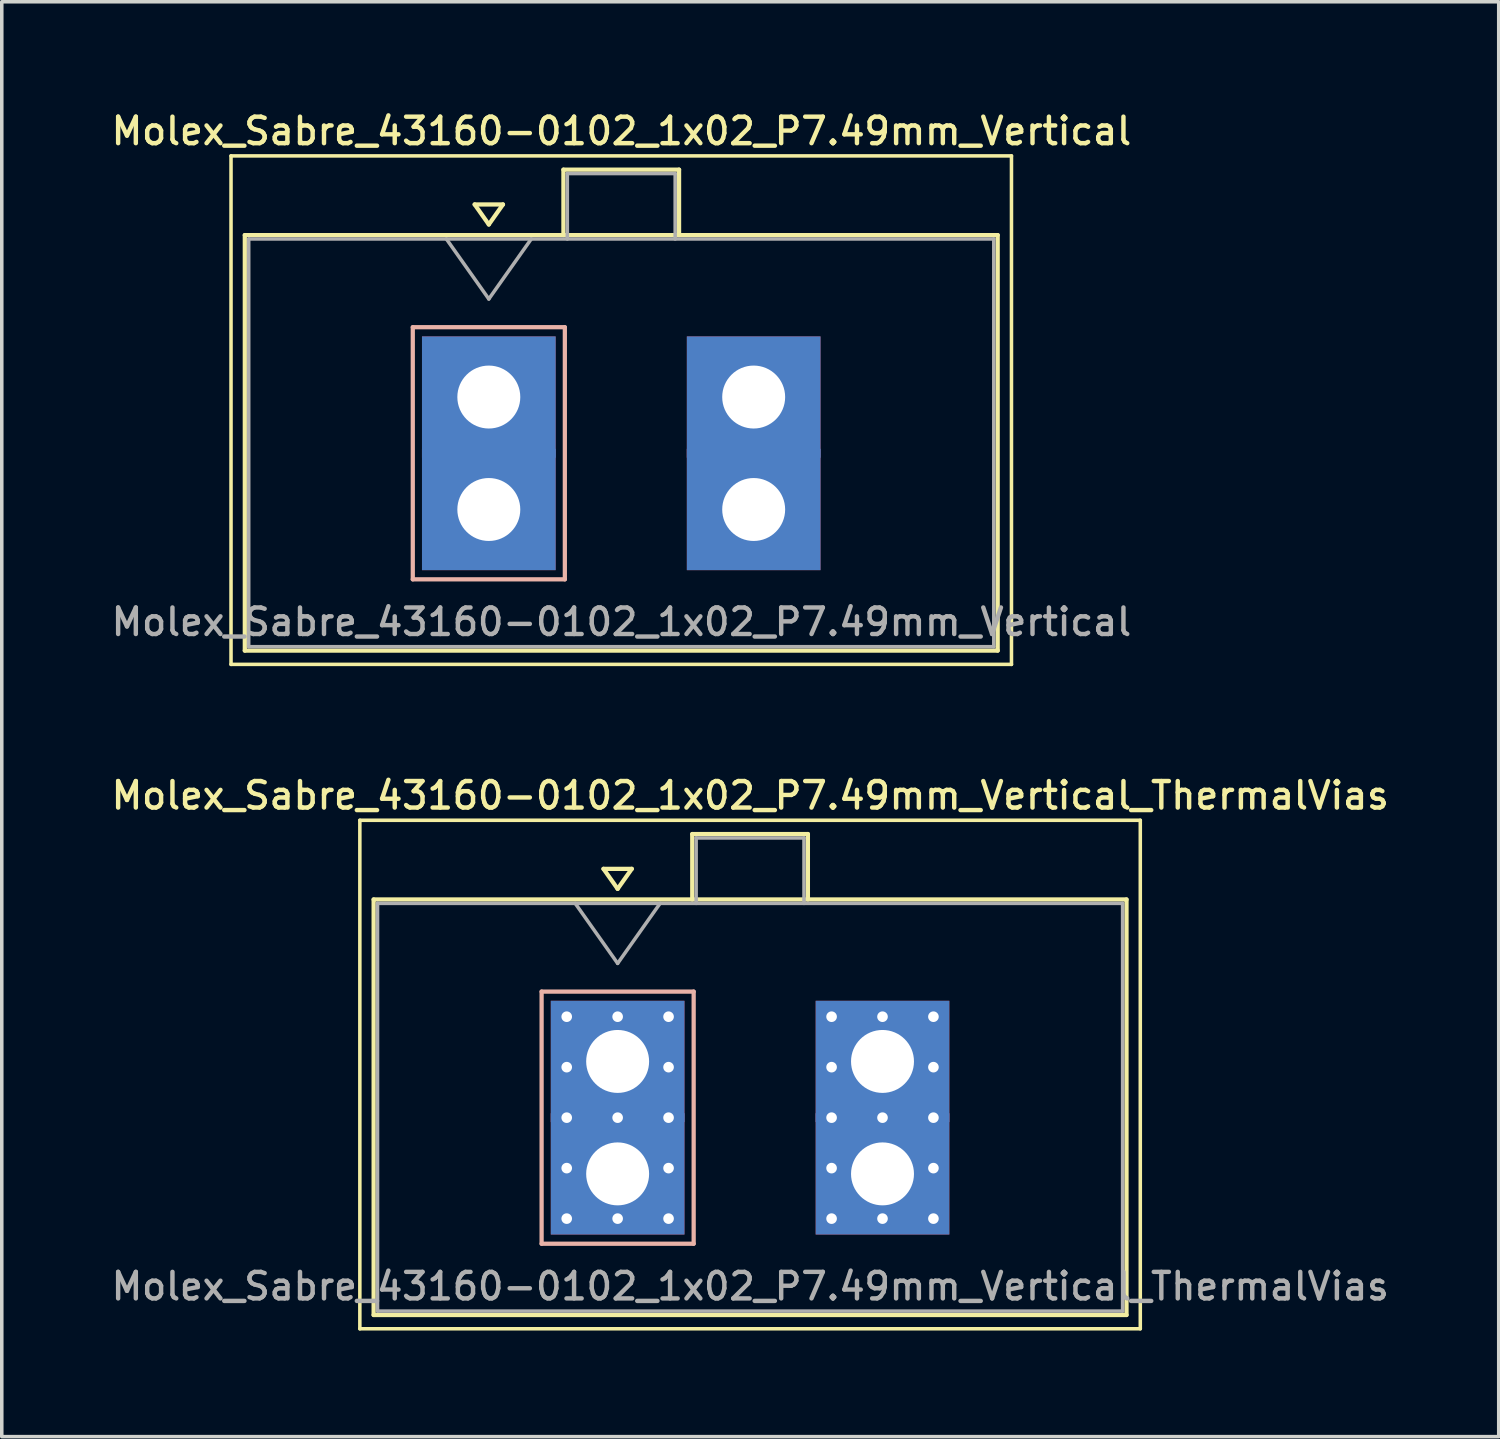
<source format=kicad_pcb>
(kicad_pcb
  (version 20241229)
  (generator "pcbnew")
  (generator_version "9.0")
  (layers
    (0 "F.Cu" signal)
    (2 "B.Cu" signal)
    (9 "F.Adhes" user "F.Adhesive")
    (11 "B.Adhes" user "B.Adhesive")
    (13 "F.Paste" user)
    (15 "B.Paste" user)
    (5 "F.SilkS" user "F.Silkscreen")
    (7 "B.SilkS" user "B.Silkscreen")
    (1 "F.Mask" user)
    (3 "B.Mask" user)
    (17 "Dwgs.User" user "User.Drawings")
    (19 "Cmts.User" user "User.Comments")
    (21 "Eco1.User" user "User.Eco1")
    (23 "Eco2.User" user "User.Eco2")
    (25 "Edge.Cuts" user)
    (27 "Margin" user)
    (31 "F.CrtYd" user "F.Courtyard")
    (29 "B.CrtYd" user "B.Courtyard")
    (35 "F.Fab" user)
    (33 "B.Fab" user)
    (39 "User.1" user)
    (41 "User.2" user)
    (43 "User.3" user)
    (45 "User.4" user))
  (footprint "Molex_Sabre_43160-0102_1x02_P7.49mm_Vertical_ThermalVias"
    (layer "F.Cu")
    (at 14.416 30.146)
    (property "Reference" "Molex_Sabre_43160-0102_1x02_P7.49mm_Vertical_ThermalVias" (at 3.75 -10.7 0) (layer "F.SilkS") (effects (font (size 0.75 0.75) (thickness 0.125))))
    (attr through_hole)
    (fp_line (start -7.29 -10) (end -7.29 4.38) (stroke (width 0.1) (type solid)) (layer "F.SilkS"))
    (fp_line (start -7.29 4.38) (end 14.78 4.38) (stroke (width 0.1) (type solid)) (layer "F.SilkS"))
    (fp_line (start -6.9 -7.76) (end -6.9 3.99) (stroke (width 0.12) (type solid)) (layer "F.SilkS"))
    (fp_line (start -6.9 3.99) (end 14.39 3.99) (stroke (width 0.12) (type solid)) (layer "F.SilkS"))
    (fp_line (start -0.4 -8.626) (end 0 -8.06) (stroke (width 0.12) (type solid)) (layer "F.SilkS"))
    (fp_line (start 0 -8.06) (end 0.4 -8.626) (stroke (width 0.12) (type solid)) (layer "F.SilkS"))
    (fp_line (start 0.4 -8.626) (end -0.4 -8.626) (stroke (width 0.12) (type solid)) (layer "F.SilkS"))
    (fp_line (start 2.11 -9.61) (end 5.38 -9.61) (stroke (width 0.12) (type solid)) (layer "F.SilkS"))
    (fp_line (start 2.11 -7.76) (end 2.11 -9.61) (stroke (width 0.12) (type solid)) (layer "F.SilkS"))
    (fp_line (start 5.38 -9.61) (end 5.38 -7.76) (stroke (width 0.12) (type solid)) (layer "F.SilkS"))
    (fp_line (start 14.39 -7.76) (end -6.9 -7.76) (stroke (width 0.12) (type solid)) (layer "F.SilkS"))
    (fp_line (start 14.39 3.99) (end 14.39 -7.76) (stroke (width 0.12) (type solid)) (layer "F.SilkS"))
    (fp_line (start 14.78 -10) (end -7.29 -10) (stroke (width 0.1) (type solid)) (layer "F.SilkS"))
    (fp_line (start 14.78 4.38) (end 14.78 -10) (stroke (width 0.1) (type solid)) (layer "F.SilkS"))
    (fp_line (start -2.15 -5.155) (end -2.15 1.975) (stroke (width 0.12) (type solid)) (layer "B.SilkS"))
    (fp_line (start -2.15 1.975) (end 2.15 1.975) (stroke (width 0.12) (type solid)) (layer "B.SilkS"))
    (fp_line (start 2.15 -5.155) (end -2.15 -5.155) (stroke (width 0.12) (type solid)) (layer "B.SilkS"))
    (fp_line (start 2.15 1.975) (end 2.15 -5.155) (stroke (width 0.12) (type solid)) (layer "B.SilkS"))
    (fp_line (start -6.79 -7.65) (end -6.79 3.88) (stroke (width 0.1) (type solid)) (layer "F.Fab"))
    (fp_line (start -6.79 3.88) (end 14.28 3.88) (stroke (width 0.1) (type solid)) (layer "F.Fab"))
    (fp_line (start -1.2 -7.65) (end 0 -5.953) (stroke (width 0.1) (type solid)) (layer "F.Fab"))
    (fp_line (start 0 -5.953) (end 1.2 -7.65) (stroke (width 0.1) (type solid)) (layer "F.Fab"))
    (fp_line (start 2.22 -9.5) (end 5.27 -9.5) (stroke (width 0.1) (type solid)) (layer "F.Fab"))
    (fp_line (start 2.22 -7.65) (end 2.22 -9.5) (stroke (width 0.1) (type solid)) (layer "F.Fab"))
    (fp_line (start 5.27 -9.5) (end 5.27 -7.65) (stroke (width 0.1) (type solid)) (layer "F.Fab"))
    (fp_line (start 14.28 -7.65) (end -6.79 -7.65) (stroke (width 0.1) (type solid)) (layer "F.Fab"))
    (fp_line (start 14.28 3.88) (end 14.28 -7.65) (stroke (width 0.1) (type solid)) (layer "F.Fab"))
    (fp_text user "${REFERENCE}" (at 3.75 3.18 0) (layer "F.Fab") (effects (font (size 0.75 0.75) (thickness 0.125))))
    (pad "1" thru_hole rect (at -1.44 -4.445) (size 0.6 0.6) (drill 0.3) (layers "*.Cu" "*.Mask"))
    (pad "1" thru_hole rect (at -1.44 -3.018) (size 0.6 0.6) (drill 0.3) (layers "*.Cu" "*.Mask"))
    (pad "1" thru_hole rect (at -1.44 -1.59) (size 0.6 0.6) (drill 0.3) (layers "*.Cu" "*.Mask"))
    (pad "1" thru_hole rect (at -1.44 -0.163) (size 0.6 0.6) (drill 0.3) (layers "*.Cu" "*.Mask"))
    (pad "1" thru_hole rect (at -1.44 1.265) (size 0.6 0.6) (drill 0.3) (layers "*.Cu" "*.Mask"))
    (pad "1" thru_hole rect (at 0 -4.445) (size 0.6 0.6) (drill 0.3) (layers "*.Cu" "*.Mask"))
    (pad "1" thru_hole rect (at 0 -3.18) (size 3.78 3.43) (drill 1.78) (layers "*.Cu" "*.Mask"))
    (pad "1" thru_hole rect (at 0 -1.59) (size 0.6 0.6) (drill 0.3) (layers "*.Cu" "*.Mask"))
    (pad "1" thru_hole rect (at 0 0) (size 3.78 3.43) (drill 1.78) (layers "*.Cu" "*.Mask"))
    (pad "1" thru_hole rect (at 0 1.265) (size 0.6 0.6) (drill 0.3) (layers "*.Cu" "*.Mask"))
    (pad "1" thru_hole rect (at 1.44 -4.445) (size 0.6 0.6) (drill 0.3) (layers "*.Cu" "*.Mask"))
    (pad "1" thru_hole rect (at 1.44 -3.018) (size 0.6 0.6) (drill 0.3) (layers "*.Cu" "*.Mask"))
    (pad "1" thru_hole rect (at 1.44 -1.59) (size 0.6 0.6) (drill 0.3) (layers "*.Cu" "*.Mask"))
    (pad "1" thru_hole rect (at 1.44 -0.163) (size 0.6 0.6) (drill 0.3) (layers "*.Cu" "*.Mask"))
    (pad "1" thru_hole rect (at 1.44 1.265) (size 0.6 0.6) (drill 0.3) (layers "*.Cu" "*.Mask"))
    (pad "2" thru_hole circle (at 6.05 -4.445) (size 0.6 0.6) (drill 0.3) (layers "*.Cu" "*.Mask"))
    (pad "2" thru_hole circle (at 6.05 -3.018) (size 0.6 0.6) (drill 0.3) (layers "*.Cu" "*.Mask"))
    (pad "2" thru_hole circle (at 6.05 -1.59) (size 0.6 0.6) (drill 0.3) (layers "*.Cu" "*.Mask"))
    (pad "2" thru_hole circle (at 6.05 -0.163) (size 0.6 0.6) (drill 0.3) (layers "*.Cu" "*.Mask"))
    (pad "2" thru_hole circle (at 6.05 1.265) (size 0.6 0.6) (drill 0.3) (layers "*.Cu" "*.Mask"))
    (pad "2" thru_hole circle (at 7.49 -4.445) (size 0.6 0.6) (drill 0.3) (layers "*.Cu" "*.Mask"))
    (pad "2" thru_hole rect (at 7.49 -3.18) (size 3.78 3.43) (drill 1.78) (layers "*.Cu" "*.Mask"))
    (pad "2" thru_hole circle (at 7.49 -1.59) (size 0.6 0.6) (drill 0.3) (layers "*.Cu" "*.Mask"))
    (pad "2" thru_hole rect (at 7.49 0) (size 3.78 3.43) (drill 1.78) (layers "*.Cu" "*.Mask"))
    (pad "2" thru_hole circle (at 7.49 1.265) (size 0.6 0.6) (drill 0.3) (layers "*.Cu" "*.Mask"))
    (pad "2" thru_hole circle (at 8.93 -4.445) (size 0.6 0.6) (drill 0.3) (layers "*.Cu" "*.Mask"))
    (pad "2" thru_hole circle (at 8.93 -3.018) (size 0.6 0.6) (drill 0.3) (layers "*.Cu" "*.Mask"))
    (pad "2" thru_hole circle (at 8.93 -1.59) (size 0.6 0.6) (drill 0.3) (layers "*.Cu" "*.Mask"))
    (pad "2" thru_hole circle (at 8.93 -0.163) (size 0.6 0.6) (drill 0.3) (layers "*.Cu" "*.Mask"))
    (pad "2" thru_hole circle (at 8.93 1.265) (size 0.6 0.6) (drill 0.3) (layers "*.Cu" "*.Mask")))
  (footprint "Molex_Sabre_43160-0102_1x02_P7.49mm_Vertical"
    (layer "F.Cu")
    (at 10.773 11.358)
    (property "Reference" "Molex_Sabre_43160-0102_1x02_P7.49mm_Vertical" (at 3.75 -10.7 0) (layer "F.SilkS") (effects (font (size 0.75 0.75) (thickness 0.125))))
    (attr through_hole)
    (fp_line (start -7.29 -10) (end -7.29 4.38) (stroke (width 0.1) (type solid)) (layer "F.SilkS"))
    (fp_line (start -7.29 4.38) (end 14.78 4.38) (stroke (width 0.1) (type solid)) (layer "F.SilkS"))
    (fp_line (start -6.9 -7.76) (end -6.9 3.99) (stroke (width 0.12) (type solid)) (layer "F.SilkS"))
    (fp_line (start -6.9 3.99) (end 14.39 3.99) (stroke (width 0.12) (type solid)) (layer "F.SilkS"))
    (fp_line (start -0.4 -8.626) (end 0 -8.06) (stroke (width 0.12) (type solid)) (layer "F.SilkS"))
    (fp_line (start 0 -8.06) (end 0.4 -8.626) (stroke (width 0.12) (type solid)) (layer "F.SilkS"))
    (fp_line (start 0.4 -8.626) (end -0.4 -8.626) (stroke (width 0.12) (type solid)) (layer "F.SilkS"))
    (fp_line (start 2.11 -9.61) (end 5.38 -9.61) (stroke (width 0.12) (type solid)) (layer "F.SilkS"))
    (fp_line (start 2.11 -7.76) (end 2.11 -9.61) (stroke (width 0.12) (type solid)) (layer "F.SilkS"))
    (fp_line (start 5.38 -9.61) (end 5.38 -7.76) (stroke (width 0.12) (type solid)) (layer "F.SilkS"))
    (fp_line (start 14.39 -7.76) (end -6.9 -7.76) (stroke (width 0.12) (type solid)) (layer "F.SilkS"))
    (fp_line (start 14.39 3.99) (end 14.39 -7.76) (stroke (width 0.12) (type solid)) (layer "F.SilkS"))
    (fp_line (start 14.78 -10) (end -7.29 -10) (stroke (width 0.1) (type solid)) (layer "F.SilkS"))
    (fp_line (start 14.78 4.38) (end 14.78 -10) (stroke (width 0.1) (type solid)) (layer "F.SilkS"))
    (fp_line (start -2.15 -5.155) (end -2.15 1.975) (stroke (width 0.12) (type solid)) (layer "B.SilkS"))
    (fp_line (start -2.15 1.975) (end 2.15 1.975) (stroke (width 0.12) (type solid)) (layer "B.SilkS"))
    (fp_line (start 2.15 -5.155) (end -2.15 -5.155) (stroke (width 0.12) (type solid)) (layer "B.SilkS"))
    (fp_line (start 2.15 1.975) (end 2.15 -5.155) (stroke (width 0.12) (type solid)) (layer "B.SilkS"))
    (fp_line (start -6.79 -7.65) (end -6.79 3.88) (stroke (width 0.1) (type solid)) (layer "F.Fab"))
    (fp_line (start -6.79 3.88) (end 14.28 3.88) (stroke (width 0.1) (type solid)) (layer "F.Fab"))
    (fp_line (start -1.2 -7.65) (end 0 -5.953) (stroke (width 0.1) (type solid)) (layer "F.Fab"))
    (fp_line (start 0 -5.953) (end 1.2 -7.65) (stroke (width 0.1) (type solid)) (layer "F.Fab"))
    (fp_line (start 2.22 -9.5) (end 5.27 -9.5) (stroke (width 0.1) (type solid)) (layer "F.Fab"))
    (fp_line (start 2.22 -7.65) (end 2.22 -9.5) (stroke (width 0.1) (type solid)) (layer "F.Fab"))
    (fp_line (start 5.27 -9.5) (end 5.27 -7.65) (stroke (width 0.1) (type solid)) (layer "F.Fab"))
    (fp_line (start 14.28 -7.65) (end -6.79 -7.65) (stroke (width 0.1) (type solid)) (layer "F.Fab"))
    (fp_line (start 14.28 3.88) (end 14.28 -7.65) (stroke (width 0.1) (type solid)) (layer "F.Fab"))
    (fp_text user "${REFERENCE}" (at 3.75 3.18 0) (layer "F.Fab") (effects (font (size 0.75 0.75) (thickness 0.125))))
    (pad "1" thru_hole rect (at 0 -3.18) (size 3.78 3.43) (drill 1.78) (layers "*.Cu" "*.Mask"))
    (pad "1" thru_hole rect (at 0 0) (size 3.78 3.43) (drill 1.78) (layers "*.Cu" "*.Mask"))
    (pad "2" thru_hole rect (at 7.49 -3.18) (size 3.78 3.43) (drill 1.78) (layers "*.Cu" "*.Mask"))
    (pad "2" thru_hole rect (at 7.49 0) (size 3.78 3.43) (drill 1.78) (layers "*.Cu" "*.Mask")))
  (gr_rect
    (start -3 -3)
    (end 39.332 37.576)
    (stroke (width 0.1) (type default))
    (fill no)
    (layer "Edge.Cuts")))
</source>
